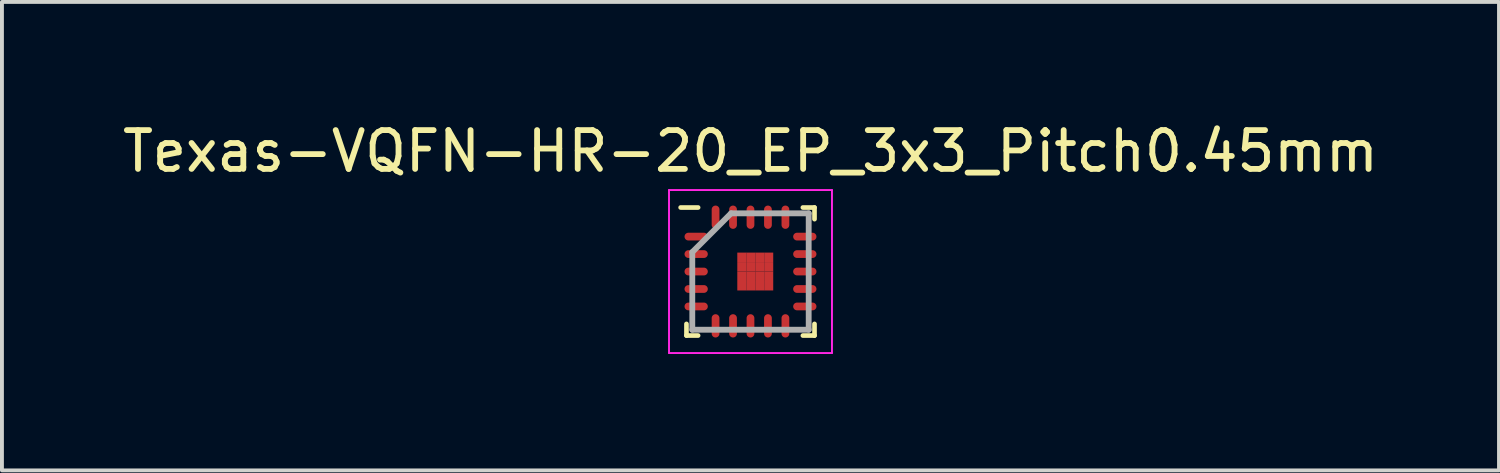
<source format=kicad_pcb>
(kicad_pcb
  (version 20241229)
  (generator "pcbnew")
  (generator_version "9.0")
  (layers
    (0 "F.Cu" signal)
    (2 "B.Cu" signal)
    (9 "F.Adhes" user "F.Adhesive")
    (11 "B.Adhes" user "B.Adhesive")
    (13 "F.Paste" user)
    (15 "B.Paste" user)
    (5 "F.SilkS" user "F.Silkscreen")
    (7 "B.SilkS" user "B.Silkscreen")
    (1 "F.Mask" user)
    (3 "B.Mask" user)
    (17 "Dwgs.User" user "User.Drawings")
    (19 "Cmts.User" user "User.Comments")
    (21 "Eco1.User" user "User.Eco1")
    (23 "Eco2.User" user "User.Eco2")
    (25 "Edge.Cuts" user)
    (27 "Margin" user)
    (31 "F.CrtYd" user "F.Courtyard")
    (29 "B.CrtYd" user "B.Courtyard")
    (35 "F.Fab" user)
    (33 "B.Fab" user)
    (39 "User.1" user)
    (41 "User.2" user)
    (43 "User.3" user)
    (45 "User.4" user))
  (footprint "Texas-VQFN-HR-20_EP_3x3_Pitch0.45mm"
    (layer "F.Cu")
    (at 16.292 3.948)
    (property "Reference" "Texas-VQFN-HR-20_EP_3x3_Pitch0.45mm" (at 0 -3.1 0) (layer "F.SilkS") (effects (font (size 1 1) (thickness 0.15))))
    (attr through_hole)
    (fp_line (start -1.65 1.65) (end -1.65 1.35) (stroke (width 0.12) (type default)) (layer "F.SilkS"))
    (fp_line (start -1.35 -1.65) (end -1.8 -1.65) (stroke (width 0.12) (type default)) (layer "F.SilkS"))
    (fp_line (start -1.35 1.65) (end -1.65 1.65) (stroke (width 0.12) (type default)) (layer "F.SilkS"))
    (fp_line (start 1.35 -1.65) (end 1.65 -1.65) (stroke (width 0.12) (type default)) (layer "F.SilkS"))
    (fp_line (start 1.35 1.65) (end 1.65 1.65) (stroke (width 0.12) (type default)) (layer "F.SilkS"))
    (fp_line (start 1.65 -1.65) (end 1.65 -1.35) (stroke (width 0.12) (type default)) (layer "F.SilkS"))
    (fp_line (start 1.65 1.65) (end 1.65 1.35) (stroke (width 0.12) (type default)) (layer "F.SilkS"))
    (fp_line (start -2.1 -2.1) (end 2.1 -2.1) (stroke (width 0.05) (type default)) (layer "F.CrtYd"))
    (fp_line (start -2.1 2.1) (end -2.1 -2.1) (stroke (width 0.05) (type default)) (layer "F.CrtYd"))
    (fp_line (start 2.1 -2.1) (end 2.1 2.1) (stroke (width 0.05) (type default)) (layer "F.CrtYd"))
    (fp_line (start 2.1 2.1) (end -2.1 2.1) (stroke (width 0.05) (type default)) (layer "F.CrtYd"))
    (fp_line (start -1.5 -0.5) (end -1.5 1.5) (stroke (width 0.15) (type default)) (layer "F.Fab"))
    (fp_line (start -1.5 1.5) (end 1.5 1.5) (stroke (width 0.15) (type default)) (layer "F.Fab"))
    (fp_line (start -0.5 -1.5) (end -1.5 -0.5) (stroke (width 0.15) (type default)) (layer "F.Fab"))
    (fp_line (start 1.5 -1.5) (end -0.5 -1.5) (stroke (width 0.15) (type default)) (layer "F.Fab"))
    (fp_line (start 1.5 1.5) (end 1.5 -1.5) (stroke (width 0.15) (type default)) (layer "F.Fab"))
    (pad "1" smd oval (at -1.4 -0.9 90) (size 0.2 0.6) (layers "F.Cu" "F.Mask" "F.Paste"))
    (pad "2" smd oval (at -1.4 -0.45 90) (size 0.2 0.6) (layers "F.Cu" "F.Mask" "F.Paste"))
    (pad "3" smd oval (at -1.4 0 90) (size 0.2 0.6) (layers "F.Cu" "F.Mask" "F.Paste"))
    (pad "4" smd oval (at -1.4 0.45 90) (size 0.2 0.6) (layers "F.Cu" "F.Mask" "F.Paste"))
    (pad "5" smd oval (at -1.4 0.9 90) (size 0.2 0.6) (layers "F.Cu" "F.Mask" "F.Paste"))
    (pad "6" smd oval (at -0.9 1.4) (size 0.2 0.6) (layers "F.Cu" "F.Mask" "F.Paste"))
    (pad "7" smd oval (at -0.45 1.4) (size 0.2 0.6) (layers "F.Cu" "F.Mask" "F.Paste"))
    (pad "8" smd oval (at 0 1.4) (size 0.2 0.6) (layers "F.Cu" "F.Mask" "F.Paste"))
    (pad "9" smd oval (at 0.45 1.4) (size 0.2 0.6) (layers "F.Cu" "F.Mask" "F.Paste"))
    (pad "10" smd oval (at 0.9 1.4) (size 0.2 0.6) (layers "F.Cu" "F.Mask" "F.Paste"))
    (pad "11" smd oval (at 1.4 0.9 90) (size 0.2 0.6) (layers "F.Cu" "F.Mask" "F.Paste"))
    (pad "12" smd oval (at 1.4 0.45 90) (size 0.2 0.6) (layers "F.Cu" "F.Mask" "F.Paste"))
    (pad "13" smd oval (at 1.4 0 90) (size 0.2 0.6) (layers "F.Cu" "F.Mask" "F.Paste"))
    (pad "14" smd oval (at 1.4 -0.45 90) (size 0.2 0.6) (layers "F.Cu" "F.Mask" "F.Paste"))
    (pad "15" smd oval (at 1.4 -0.9 90) (size 0.2 0.6) (layers "F.Cu" "F.Mask" "F.Paste"))
    (pad "16" smd oval (at 0.9 -1.4) (size 0.2 0.6) (layers "F.Cu" "F.Mask" "F.Paste"))
    (pad "17" smd oval (at 0.45 -1.4) (size 0.2 0.6) (layers "F.Cu" "F.Mask" "F.Paste"))
    (pad "18" smd oval (at 0 -1.4) (size 0.2 0.6) (layers "F.Cu" "F.Mask" "F.Paste"))
    (pad "19" smd oval (at -0.45 -1.4) (size 0.2 0.6) (layers "F.Cu" "F.Mask" "F.Paste"))
    (pad "20" smd oval (at -0.9 -1.4) (size 0.2 0.6) (layers "F.Cu" "F.Mask" "F.Paste"))
    (pad "21" smd rect (at -0.224 -0.366) (size 0.232 0.244) (layers "F.Cu" "F.Mask" "F.Paste"))
    (pad "21" smd rect (at -0.224 -0.122) (size 0.232 0.244) (layers "F.Cu" "F.Mask" "F.Paste"))
    (pad "21" smd rect (at -0.224 0.122) (size 0.232 0.244) (layers "F.Cu" "F.Mask" "F.Paste"))
    (pad "21" smd rect (at -0.224 0.366) (size 0.232 0.244) (layers "F.Cu" "F.Mask" "F.Paste"))
    (pad "21" smd rect (at 0.007 -0.366) (size 0.232 0.244) (layers "F.Cu" "F.Mask" "F.Paste"))
    (pad "21" smd rect (at 0.007 -0.122) (size 0.232 0.244) (layers "F.Cu" "F.Mask" "F.Paste"))
    (pad "21" smd rect (at 0.007 0.122) (size 0.232 0.244) (layers "F.Cu" "F.Mask" "F.Paste"))
    (pad "21" smd rect (at 0.007 0.366) (size 0.232 0.244) (layers "F.Cu" "F.Mask" "F.Paste"))
    (pad "21" smd rect (at 0.239 -0.366) (size 0.232 0.244) (layers "F.Cu" "F.Mask" "F.Paste"))
    (pad "21" smd rect (at 0.239 -0.122) (size 0.232 0.244) (layers "F.Cu" "F.Mask" "F.Paste"))
    (pad "21" smd rect (at 0.239 0.122) (size 0.232 0.244) (layers "F.Cu" "F.Mask" "F.Paste"))
    (pad "21" smd rect (at 0.239 0.366) (size 0.232 0.244) (layers "F.Cu" "F.Mask" "F.Paste"))
    (pad "21" smd rect (at 0.47 -0.366) (size 0.232 0.244) (layers "F.Cu" "F.Mask" "F.Paste"))
    (pad "21" smd rect (at 0.47 -0.122) (size 0.232 0.244) (layers "F.Cu" "F.Mask" "F.Paste"))
    (pad "21" smd rect (at 0.47 0.122) (size 0.232 0.244) (layers "F.Cu" "F.Mask" "F.Paste"))
    (pad "21" smd rect (at 0.47 0.366) (size 0.232 0.244) (layers "F.Cu" "F.Mask" "F.Paste")))
  (gr_rect
    (start -3 -3)
    (end 35.583 9.073)
    (stroke (width 0.1) (type default))
    (fill no)
    (layer "Edge.Cuts")))
</source>
